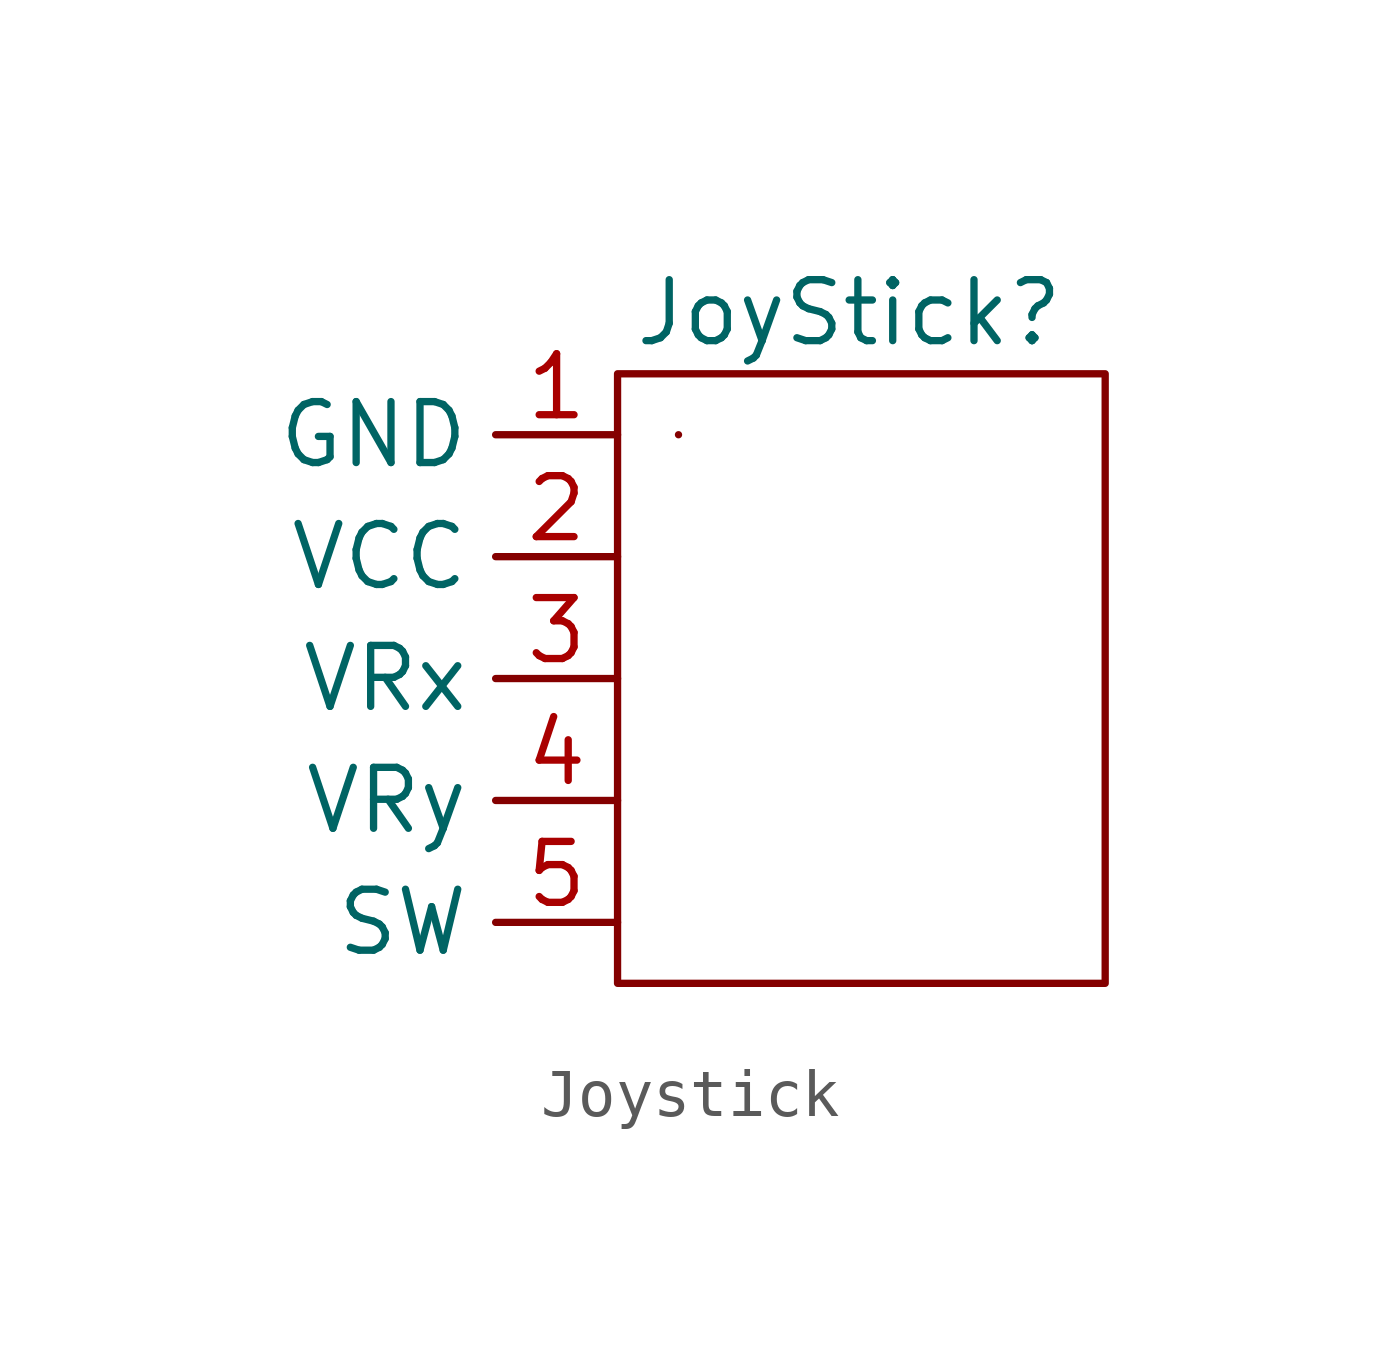
<source format=kicad_sym>
(kicad_symbol_lib
  (version 20241209)
  (generator "kicad_symbol_editor")
  (generator_version "9.0")
  (symbol "Joystick"
    (property "Reference" "JoyStick"
      (at -0.254 7.62 0)
      (effects (font (size 1.27 1.27))))
    (property "Value" ""
      (at 0 0 0)
      (effects (font (size 1.27 1.27))))
    (symbol "Joystick_0_1"
      (rectangle (start -5.08 6.35) (end 5.08 -6.35) (stroke (width 0) (type default)) (fill (type none)))
      (rectangle (start -3.81 5.08) (end -3.81 5.08) (stroke (width 0) (type default)) (fill (type none))))
    (symbol "Joystick_1_1"
      (pin bidirectional line (at -5.08 5.08 180) (length 2.54) (name "GND" (effects (font (size 1.27 1.27)))) (number "1" (effects (font (size 1.27 1.27)))))
      (pin power_in line (at -5.08 2.54 180) (length 2.54) (name "VCC" (effects (font (size 1.27 1.27)))) (number "2" (effects (font (size 1.27 1.27)))))
      (pin output line (at -5.08 0 180) (length 2.54) (name "VRx" (effects (font (size 1.27 1.27)))) (number "3" (effects (font (size 1.27 1.27)))))
      (pin output line (at -5.08 -2.54 180) (length 2.54) (name "VRy" (effects (font (size 1.27 1.27)))) (number "4" (effects (font (size 1.27 1.27)))))
      (pin output line (at -5.08 -5.08 180) (length 2.54) (name "SW" (effects (font (size 1.27 1.27)))) (number "5" (effects (font (size 1.27 1.27))))))))
</source>
